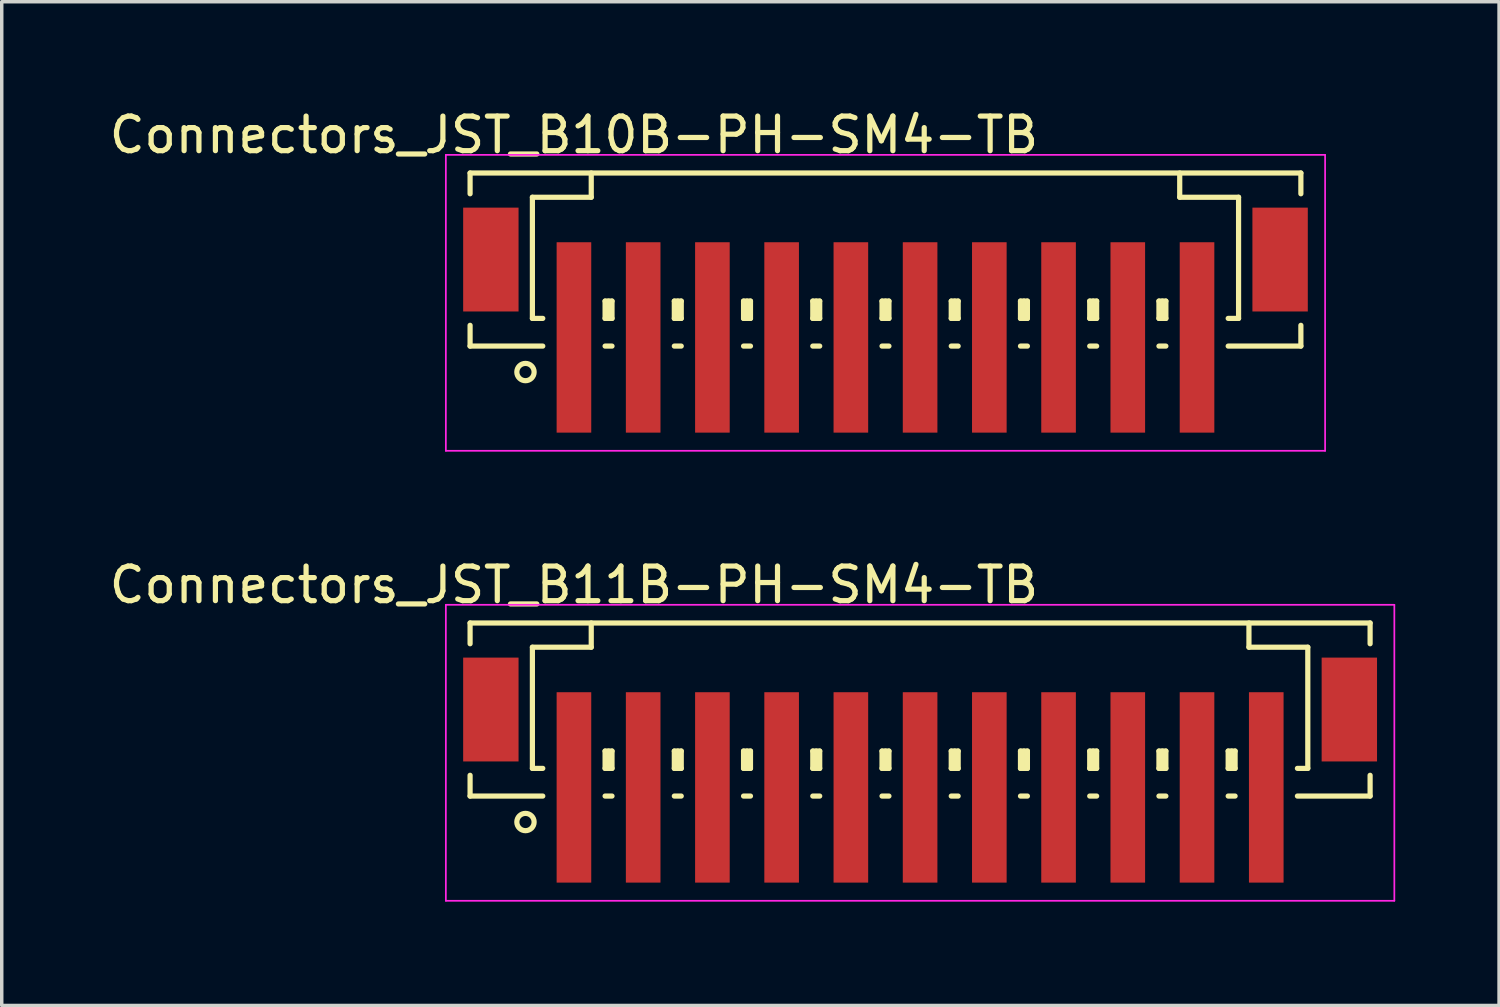
<source format=kicad_pcb>
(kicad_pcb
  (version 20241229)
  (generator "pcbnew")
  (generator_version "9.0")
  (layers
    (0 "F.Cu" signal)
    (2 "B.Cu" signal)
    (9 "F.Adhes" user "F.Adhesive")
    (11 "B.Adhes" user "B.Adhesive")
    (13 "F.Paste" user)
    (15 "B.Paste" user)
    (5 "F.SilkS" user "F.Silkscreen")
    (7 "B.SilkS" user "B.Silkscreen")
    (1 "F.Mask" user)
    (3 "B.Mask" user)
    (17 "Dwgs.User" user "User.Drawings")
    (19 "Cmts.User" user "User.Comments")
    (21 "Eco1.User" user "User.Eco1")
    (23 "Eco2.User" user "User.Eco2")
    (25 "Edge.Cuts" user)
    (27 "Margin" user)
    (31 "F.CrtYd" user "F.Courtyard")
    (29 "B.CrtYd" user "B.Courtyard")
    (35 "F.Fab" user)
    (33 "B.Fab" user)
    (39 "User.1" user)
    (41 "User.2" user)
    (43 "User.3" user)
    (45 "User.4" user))
  (footprint "Connectors_JST_B10B-PH-SM4-TB"
    (layer "F.Cu")
    (at 22.53 5.573)
    (property "Reference" "Connectors_JST_B10B-PH-SM4-TB" (at -9 -4.725 0) (layer "F.SilkS") (effects (font (size 1 1) (thickness 0.15))))
    (attr smd)
    (fp_line (start -12 -3.625) (end 12 -3.625) (stroke (width 0.15) (type solid)) (layer "F.SilkS"))
    (fp_line (start -12 -3.025) (end -12 -3.625) (stroke (width 0.15) (type solid)) (layer "F.SilkS"))
    (fp_line (start -12 0.775) (end -12 1.375) (stroke (width 0.15) (type solid)) (layer "F.SilkS"))
    (fp_line (start -12 1.375) (end -9.9 1.375) (stroke (width 0.15) (type solid)) (layer "F.SilkS"))
    (fp_line (start -10.2 -2.925) (end -10.2 0.575) (stroke (width 0.15) (type solid)) (layer "F.SilkS"))
    (fp_line (start -10.2 0.575) (end -9.9 0.575) (stroke (width 0.15) (type solid)) (layer "F.SilkS"))
    (fp_line (start -8.5 -3.625) (end -8.5 -2.925) (stroke (width 0.15) (type solid)) (layer "F.SilkS"))
    (fp_line (start -8.5 -2.925) (end -10.2 -2.925) (stroke (width 0.15) (type solid)) (layer "F.SilkS"))
    (fp_line (start -8.1 0.075) (end -7.9 0.075) (stroke (width 0.15) (type solid)) (layer "F.SilkS"))
    (fp_line (start -8.1 0.575) (end -8.1 0.075) (stroke (width 0.15) (type solid)) (layer "F.SilkS"))
    (fp_line (start -8.1 0.575) (end -7.9 0.575) (stroke (width 0.15) (type solid)) (layer "F.SilkS"))
    (fp_line (start -8.1 1.375) (end -7.9 1.375) (stroke (width 0.15) (type solid)) (layer "F.SilkS"))
    (fp_line (start -8 0.575) (end -8 0.075) (stroke (width 0.15) (type solid)) (layer "F.SilkS"))
    (fp_line (start -7.9 0.075) (end -7.9 0.575) (stroke (width 0.15) (type solid)) (layer "F.SilkS"))
    (fp_line (start -6.1 0.075) (end -5.9 0.075) (stroke (width 0.15) (type solid)) (layer "F.SilkS"))
    (fp_line (start -6.1 0.575) (end -6.1 0.075) (stroke (width 0.15) (type solid)) (layer "F.SilkS"))
    (fp_line (start -6.1 0.575) (end -5.9 0.575) (stroke (width 0.15) (type solid)) (layer "F.SilkS"))
    (fp_line (start -6.1 1.375) (end -5.9 1.375) (stroke (width 0.15) (type solid)) (layer "F.SilkS"))
    (fp_line (start -6 0.575) (end -6 0.075) (stroke (width 0.15) (type solid)) (layer "F.SilkS"))
    (fp_line (start -5.9 0.075) (end -5.9 0.575) (stroke (width 0.15) (type solid)) (layer "F.SilkS"))
    (fp_line (start -4.1 0.075) (end -3.9 0.075) (stroke (width 0.15) (type solid)) (layer "F.SilkS"))
    (fp_line (start -4.1 0.575) (end -4.1 0.075) (stroke (width 0.15) (type solid)) (layer "F.SilkS"))
    (fp_line (start -4.1 0.575) (end -3.9 0.575) (stroke (width 0.15) (type solid)) (layer "F.SilkS"))
    (fp_line (start -4.1 1.375) (end -3.9 1.375) (stroke (width 0.15) (type solid)) (layer "F.SilkS"))
    (fp_line (start -4 0.575) (end -4 0.075) (stroke (width 0.15) (type solid)) (layer "F.SilkS"))
    (fp_line (start -3.9 0.075) (end -3.9 0.575) (stroke (width 0.15) (type solid)) (layer "F.SilkS"))
    (fp_line (start -2.1 0.075) (end -1.9 0.075) (stroke (width 0.15) (type solid)) (layer "F.SilkS"))
    (fp_line (start -2.1 0.575) (end -2.1 0.075) (stroke (width 0.15) (type solid)) (layer "F.SilkS"))
    (fp_line (start -2.1 0.575) (end -1.9 0.575) (stroke (width 0.15) (type solid)) (layer "F.SilkS"))
    (fp_line (start -2.1 1.375) (end -1.9 1.375) (stroke (width 0.15) (type solid)) (layer "F.SilkS"))
    (fp_line (start -2 0.575) (end -2 0.075) (stroke (width 0.15) (type solid)) (layer "F.SilkS"))
    (fp_line (start -1.9 0.075) (end -1.9 0.575) (stroke (width 0.15) (type solid)) (layer "F.SilkS"))
    (fp_line (start -0.1 0.075) (end 0.1 0.075) (stroke (width 0.15) (type solid)) (layer "F.SilkS"))
    (fp_line (start -0.1 0.575) (end -0.1 0.075) (stroke (width 0.15) (type solid)) (layer "F.SilkS"))
    (fp_line (start -0.1 0.575) (end 0.1 0.575) (stroke (width 0.15) (type solid)) (layer "F.SilkS"))
    (fp_line (start -0.1 1.375) (end 0.1 1.375) (stroke (width 0.15) (type solid)) (layer "F.SilkS"))
    (fp_line (start 0 0.575) (end 0 0.075) (stroke (width 0.15) (type solid)) (layer "F.SilkS"))
    (fp_line (start 0.1 0.075) (end 0.1 0.575) (stroke (width 0.15) (type solid)) (layer "F.SilkS"))
    (fp_line (start 1.9 0.075) (end 2.1 0.075) (stroke (width 0.15) (type solid)) (layer "F.SilkS"))
    (fp_line (start 1.9 0.575) (end 1.9 0.075) (stroke (width 0.15) (type solid)) (layer "F.SilkS"))
    (fp_line (start 1.9 0.575) (end 2.1 0.575) (stroke (width 0.15) (type solid)) (layer "F.SilkS"))
    (fp_line (start 1.9 1.375) (end 2.1 1.375) (stroke (width 0.15) (type solid)) (layer "F.SilkS"))
    (fp_line (start 2 0.575) (end 2 0.075) (stroke (width 0.15) (type solid)) (layer "F.SilkS"))
    (fp_line (start 2.1 0.075) (end 2.1 0.575) (stroke (width 0.15) (type solid)) (layer "F.SilkS"))
    (fp_line (start 3.9 0.075) (end 4.1 0.075) (stroke (width 0.15) (type solid)) (layer "F.SilkS"))
    (fp_line (start 3.9 0.575) (end 3.9 0.075) (stroke (width 0.15) (type solid)) (layer "F.SilkS"))
    (fp_line (start 3.9 0.575) (end 4.1 0.575) (stroke (width 0.15) (type solid)) (layer "F.SilkS"))
    (fp_line (start 3.9 1.375) (end 4.1 1.375) (stroke (width 0.15) (type solid)) (layer "F.SilkS"))
    (fp_line (start 4 0.575) (end 4 0.075) (stroke (width 0.15) (type solid)) (layer "F.SilkS"))
    (fp_line (start 4.1 0.075) (end 4.1 0.575) (stroke (width 0.15) (type solid)) (layer "F.SilkS"))
    (fp_line (start 5.9 0.075) (end 6.1 0.075) (stroke (width 0.15) (type solid)) (layer "F.SilkS"))
    (fp_line (start 5.9 0.575) (end 5.9 0.075) (stroke (width 0.15) (type solid)) (layer "F.SilkS"))
    (fp_line (start 5.9 0.575) (end 6.1 0.575) (stroke (width 0.15) (type solid)) (layer "F.SilkS"))
    (fp_line (start 5.9 1.375) (end 6.1 1.375) (stroke (width 0.15) (type solid)) (layer "F.SilkS"))
    (fp_line (start 6 0.575) (end 6 0.075) (stroke (width 0.15) (type solid)) (layer "F.SilkS"))
    (fp_line (start 6.1 0.075) (end 6.1 0.575) (stroke (width 0.15) (type solid)) (layer "F.SilkS"))
    (fp_line (start 7.9 0.075) (end 8.1 0.075) (stroke (width 0.15) (type solid)) (layer "F.SilkS"))
    (fp_line (start 7.9 0.575) (end 7.9 0.075) (stroke (width 0.15) (type solid)) (layer "F.SilkS"))
    (fp_line (start 7.9 0.575) (end 8.1 0.575) (stroke (width 0.15) (type solid)) (layer "F.SilkS"))
    (fp_line (start 7.9 1.375) (end 8.1 1.375) (stroke (width 0.15) (type solid)) (layer "F.SilkS"))
    (fp_line (start 8 0.575) (end 8 0.075) (stroke (width 0.15) (type solid)) (layer "F.SilkS"))
    (fp_line (start 8.1 0.075) (end 8.1 0.575) (stroke (width 0.15) (type solid)) (layer "F.SilkS"))
    (fp_line (start 8.5 -3.625) (end 8.5 -2.925) (stroke (width 0.15) (type solid)) (layer "F.SilkS"))
    (fp_line (start 8.5 -2.925) (end 10.2 -2.925) (stroke (width 0.15) (type solid)) (layer "F.SilkS"))
    (fp_line (start 10.2 -2.925) (end 10.2 0.575) (stroke (width 0.15) (type solid)) (layer "F.SilkS"))
    (fp_line (start 10.2 0.575) (end 9.9 0.575) (stroke (width 0.15) (type solid)) (layer "F.SilkS"))
    (fp_line (start 12 -3.625) (end 12 -3.025) (stroke (width 0.15) (type solid)) (layer "F.SilkS"))
    (fp_line (start 12 0.775) (end 12 1.375) (stroke (width 0.15) (type solid)) (layer "F.SilkS"))
    (fp_line (start 12 1.375) (end 9.9 1.375) (stroke (width 0.15) (type solid)) (layer "F.SilkS"))
    (fp_circle (center -10.4 2.125) (end -10.15 2.125) (stroke (width 0.15) (type solid)) (fill no) (layer "F.SilkS"))
    (fp_line (start -12.7 -4.15) (end 12.7 -4.15) (stroke (width 0.05) (type solid)) (layer "F.CrtYd"))
    (fp_line (start -12.7 4.4) (end -12.7 -4.15) (stroke (width 0.05) (type solid)) (layer "F.CrtYd"))
    (fp_line (start 12.7 -4.15) (end 12.7 4.4) (stroke (width 0.05) (type solid)) (layer "F.CrtYd"))
    (fp_line (start 12.7 4.4) (end -12.7 4.4) (stroke (width 0.05) (type solid)) (layer "F.CrtYd"))
    (pad "" smd rect (at -11.4 -1.125) (size 1.6 3) (layers "F.Cu" "F.Mask" "F.Paste"))
    (pad "" smd rect (at 11.4 -1.125) (size 1.6 3) (layers "F.Cu" "F.Mask" "F.Paste"))
    (pad "1" smd rect (at -9 1.125) (size 1 5.5) (layers "F.Cu" "F.Mask" "F.Paste"))
    (pad "2" smd rect (at -7 1.125) (size 1 5.5) (layers "F.Cu" "F.Mask" "F.Paste"))
    (pad "3" smd rect (at -5 1.125) (size 1 5.5) (layers "F.Cu" "F.Mask" "F.Paste"))
    (pad "4" smd rect (at -3 1.125) (size 1 5.5) (layers "F.Cu" "F.Mask" "F.Paste"))
    (pad "5" smd rect (at -1 1.125) (size 1 5.5) (layers "F.Cu" "F.Mask" "F.Paste"))
    (pad "6" smd rect (at 1 1.125) (size 1 5.5) (layers "F.Cu" "F.Mask" "F.Paste"))
    (pad "7" smd rect (at 3 1.125) (size 1 5.5) (layers "F.Cu" "F.Mask" "F.Paste"))
    (pad "8" smd rect (at 5 1.125) (size 1 5.5) (layers "F.Cu" "F.Mask" "F.Paste"))
    (pad "9" smd rect (at 7 1.125) (size 1 5.5) (layers "F.Cu" "F.Mask" "F.Paste"))
    (pad "10" smd rect (at 9 1.125) (size 1 5.5) (layers "F.Cu" "F.Mask" "F.Paste")))
  (footprint "Connectors_JST_B11B-PH-SM4-TB"
    (layer "F.Cu")
    (at 23.53 18.572)
    (property "Reference" "Connectors_JST_B11B-PH-SM4-TB" (at -10 -4.725 0) (layer "F.SilkS") (effects (font (size 1 1) (thickness 0.15))))
    (attr smd)
    (fp_line (start -13 -3.625) (end 13 -3.625) (stroke (width 0.15) (type solid)) (layer "F.SilkS"))
    (fp_line (start -13 -3.025) (end -13 -3.625) (stroke (width 0.15) (type solid)) (layer "F.SilkS"))
    (fp_line (start -13 0.775) (end -13 1.375) (stroke (width 0.15) (type solid)) (layer "F.SilkS"))
    (fp_line (start -13 1.375) (end -10.9 1.375) (stroke (width 0.15) (type solid)) (layer "F.SilkS"))
    (fp_line (start -11.2 -2.925) (end -11.2 0.575) (stroke (width 0.15) (type solid)) (layer "F.SilkS"))
    (fp_line (start -11.2 0.575) (end -10.9 0.575) (stroke (width 0.15) (type solid)) (layer "F.SilkS"))
    (fp_line (start -9.5 -3.625) (end -9.5 -2.925) (stroke (width 0.15) (type solid)) (layer "F.SilkS"))
    (fp_line (start -9.5 -2.925) (end -11.2 -2.925) (stroke (width 0.15) (type solid)) (layer "F.SilkS"))
    (fp_line (start -9.1 0.075) (end -8.9 0.075) (stroke (width 0.15) (type solid)) (layer "F.SilkS"))
    (fp_line (start -9.1 0.575) (end -9.1 0.075) (stroke (width 0.15) (type solid)) (layer "F.SilkS"))
    (fp_line (start -9.1 0.575) (end -8.9 0.575) (stroke (width 0.15) (type solid)) (layer "F.SilkS"))
    (fp_line (start -9.1 1.375) (end -8.9 1.375) (stroke (width 0.15) (type solid)) (layer "F.SilkS"))
    (fp_line (start -9 0.575) (end -9 0.075) (stroke (width 0.15) (type solid)) (layer "F.SilkS"))
    (fp_line (start -8.9 0.075) (end -8.9 0.575) (stroke (width 0.15) (type solid)) (layer "F.SilkS"))
    (fp_line (start -7.1 0.075) (end -6.9 0.075) (stroke (width 0.15) (type solid)) (layer "F.SilkS"))
    (fp_line (start -7.1 0.575) (end -7.1 0.075) (stroke (width 0.15) (type solid)) (layer "F.SilkS"))
    (fp_line (start -7.1 0.575) (end -6.9 0.575) (stroke (width 0.15) (type solid)) (layer "F.SilkS"))
    (fp_line (start -7.1 1.375) (end -6.9 1.375) (stroke (width 0.15) (type solid)) (layer "F.SilkS"))
    (fp_line (start -7 0.575) (end -7 0.075) (stroke (width 0.15) (type solid)) (layer "F.SilkS"))
    (fp_line (start -6.9 0.075) (end -6.9 0.575) (stroke (width 0.15) (type solid)) (layer "F.SilkS"))
    (fp_line (start -5.1 0.075) (end -4.9 0.075) (stroke (width 0.15) (type solid)) (layer "F.SilkS"))
    (fp_line (start -5.1 0.575) (end -5.1 0.075) (stroke (width 0.15) (type solid)) (layer "F.SilkS"))
    (fp_line (start -5.1 0.575) (end -4.9 0.575) (stroke (width 0.15) (type solid)) (layer "F.SilkS"))
    (fp_line (start -5.1 1.375) (end -4.9 1.375) (stroke (width 0.15) (type solid)) (layer "F.SilkS"))
    (fp_line (start -5 0.575) (end -5 0.075) (stroke (width 0.15) (type solid)) (layer "F.SilkS"))
    (fp_line (start -4.9 0.075) (end -4.9 0.575) (stroke (width 0.15) (type solid)) (layer "F.SilkS"))
    (fp_line (start -3.1 0.075) (end -2.9 0.075) (stroke (width 0.15) (type solid)) (layer "F.SilkS"))
    (fp_line (start -3.1 0.575) (end -3.1 0.075) (stroke (width 0.15) (type solid)) (layer "F.SilkS"))
    (fp_line (start -3.1 0.575) (end -2.9 0.575) (stroke (width 0.15) (type solid)) (layer "F.SilkS"))
    (fp_line (start -3.1 1.375) (end -2.9 1.375) (stroke (width 0.15) (type solid)) (layer "F.SilkS"))
    (fp_line (start -3 0.575) (end -3 0.075) (stroke (width 0.15) (type solid)) (layer "F.SilkS"))
    (fp_line (start -2.9 0.075) (end -2.9 0.575) (stroke (width 0.15) (type solid)) (layer "F.SilkS"))
    (fp_line (start -1.1 0.075) (end -0.9 0.075) (stroke (width 0.15) (type solid)) (layer "F.SilkS"))
    (fp_line (start -1.1 0.575) (end -1.1 0.075) (stroke (width 0.15) (type solid)) (layer "F.SilkS"))
    (fp_line (start -1.1 0.575) (end -0.9 0.575) (stroke (width 0.15) (type solid)) (layer "F.SilkS"))
    (fp_line (start -1.1 1.375) (end -0.9 1.375) (stroke (width 0.15) (type solid)) (layer "F.SilkS"))
    (fp_line (start -1 0.575) (end -1 0.075) (stroke (width 0.15) (type solid)) (layer "F.SilkS"))
    (fp_line (start -0.9 0.075) (end -0.9 0.575) (stroke (width 0.15) (type solid)) (layer "F.SilkS"))
    (fp_line (start 0.9 0.075) (end 1.1 0.075) (stroke (width 0.15) (type solid)) (layer "F.SilkS"))
    (fp_line (start 0.9 0.575) (end 0.9 0.075) (stroke (width 0.15) (type solid)) (layer "F.SilkS"))
    (fp_line (start 0.9 0.575) (end 1.1 0.575) (stroke (width 0.15) (type solid)) (layer "F.SilkS"))
    (fp_line (start 0.9 1.375) (end 1.1 1.375) (stroke (width 0.15) (type solid)) (layer "F.SilkS"))
    (fp_line (start 1 0.575) (end 1 0.075) (stroke (width 0.15) (type solid)) (layer "F.SilkS"))
    (fp_line (start 1.1 0.075) (end 1.1 0.575) (stroke (width 0.15) (type solid)) (layer "F.SilkS"))
    (fp_line (start 2.9 0.075) (end 3.1 0.075) (stroke (width 0.15) (type solid)) (layer "F.SilkS"))
    (fp_line (start 2.9 0.575) (end 2.9 0.075) (stroke (width 0.15) (type solid)) (layer "F.SilkS"))
    (fp_line (start 2.9 0.575) (end 3.1 0.575) (stroke (width 0.15) (type solid)) (layer "F.SilkS"))
    (fp_line (start 2.9 1.375) (end 3.1 1.375) (stroke (width 0.15) (type solid)) (layer "F.SilkS"))
    (fp_line (start 3 0.575) (end 3 0.075) (stroke (width 0.15) (type solid)) (layer "F.SilkS"))
    (fp_line (start 3.1 0.075) (end 3.1 0.575) (stroke (width 0.15) (type solid)) (layer "F.SilkS"))
    (fp_line (start 4.9 0.075) (end 5.1 0.075) (stroke (width 0.15) (type solid)) (layer "F.SilkS"))
    (fp_line (start 4.9 0.575) (end 4.9 0.075) (stroke (width 0.15) (type solid)) (layer "F.SilkS"))
    (fp_line (start 4.9 0.575) (end 5.1 0.575) (stroke (width 0.15) (type solid)) (layer "F.SilkS"))
    (fp_line (start 4.9 1.375) (end 5.1 1.375) (stroke (width 0.15) (type solid)) (layer "F.SilkS"))
    (fp_line (start 5 0.575) (end 5 0.075) (stroke (width 0.15) (type solid)) (layer "F.SilkS"))
    (fp_line (start 5.1 0.075) (end 5.1 0.575) (stroke (width 0.15) (type solid)) (layer "F.SilkS"))
    (fp_line (start 6.9 0.075) (end 7.1 0.075) (stroke (width 0.15) (type solid)) (layer "F.SilkS"))
    (fp_line (start 6.9 0.575) (end 6.9 0.075) (stroke (width 0.15) (type solid)) (layer "F.SilkS"))
    (fp_line (start 6.9 0.575) (end 7.1 0.575) (stroke (width 0.15) (type solid)) (layer "F.SilkS"))
    (fp_line (start 6.9 1.375) (end 7.1 1.375) (stroke (width 0.15) (type solid)) (layer "F.SilkS"))
    (fp_line (start 7 0.575) (end 7 0.075) (stroke (width 0.15) (type solid)) (layer "F.SilkS"))
    (fp_line (start 7.1 0.075) (end 7.1 0.575) (stroke (width 0.15) (type solid)) (layer "F.SilkS"))
    (fp_line (start 8.9 0.075) (end 9.1 0.075) (stroke (width 0.15) (type solid)) (layer "F.SilkS"))
    (fp_line (start 8.9 0.575) (end 8.9 0.075) (stroke (width 0.15) (type solid)) (layer "F.SilkS"))
    (fp_line (start 8.9 0.575) (end 9.1 0.575) (stroke (width 0.15) (type solid)) (layer "F.SilkS"))
    (fp_line (start 8.9 1.375) (end 9.1 1.375) (stroke (width 0.15) (type solid)) (layer "F.SilkS"))
    (fp_line (start 9 0.575) (end 9 0.075) (stroke (width 0.15) (type solid)) (layer "F.SilkS"))
    (fp_line (start 9.1 0.075) (end 9.1 0.575) (stroke (width 0.15) (type solid)) (layer "F.SilkS"))
    (fp_line (start 9.5 -3.625) (end 9.5 -2.925) (stroke (width 0.15) (type solid)) (layer "F.SilkS"))
    (fp_line (start 9.5 -2.925) (end 11.2 -2.925) (stroke (width 0.15) (type solid)) (layer "F.SilkS"))
    (fp_line (start 11.2 -2.925) (end 11.2 0.575) (stroke (width 0.15) (type solid)) (layer "F.SilkS"))
    (fp_line (start 11.2 0.575) (end 10.9 0.575) (stroke (width 0.15) (type solid)) (layer "F.SilkS"))
    (fp_line (start 13 -3.625) (end 13 -3.025) (stroke (width 0.15) (type solid)) (layer "F.SilkS"))
    (fp_line (start 13 0.775) (end 13 1.375) (stroke (width 0.15) (type solid)) (layer "F.SilkS"))
    (fp_line (start 13 1.375) (end 10.9 1.375) (stroke (width 0.15) (type solid)) (layer "F.SilkS"))
    (fp_circle (center -11.4 2.125) (end -11.15 2.125) (stroke (width 0.15) (type solid)) (fill no) (layer "F.SilkS"))
    (fp_line (start -13.7 -4.15) (end 13.7 -4.15) (stroke (width 0.05) (type solid)) (layer "F.CrtYd"))
    (fp_line (start -13.7 4.4) (end -13.7 -4.15) (stroke (width 0.05) (type solid)) (layer "F.CrtYd"))
    (fp_line (start 13.7 -4.15) (end 13.7 4.4) (stroke (width 0.05) (type solid)) (layer "F.CrtYd"))
    (fp_line (start 13.7 4.4) (end -13.7 4.4) (stroke (width 0.05) (type solid)) (layer "F.CrtYd"))
    (pad "" smd rect (at -12.4 -1.125) (size 1.6 3) (layers "F.Cu" "F.Mask" "F.Paste"))
    (pad "" smd rect (at 12.4 -1.125) (size 1.6 3) (layers "F.Cu" "F.Mask" "F.Paste"))
    (pad "1" smd rect (at -10 1.125) (size 1 5.5) (layers "F.Cu" "F.Mask" "F.Paste"))
    (pad "2" smd rect (at -8 1.125) (size 1 5.5) (layers "F.Cu" "F.Mask" "F.Paste"))
    (pad "3" smd rect (at -6 1.125) (size 1 5.5) (layers "F.Cu" "F.Mask" "F.Paste"))
    (pad "4" smd rect (at -4 1.125) (size 1 5.5) (layers "F.Cu" "F.Mask" "F.Paste"))
    (pad "5" smd rect (at -2 1.125) (size 1 5.5) (layers "F.Cu" "F.Mask" "F.Paste"))
    (pad "6" smd rect (at 0 1.125) (size 1 5.5) (layers "F.Cu" "F.Mask" "F.Paste"))
    (pad "7" smd rect (at 2 1.125) (size 1 5.5) (layers "F.Cu" "F.Mask" "F.Paste"))
    (pad "8" smd rect (at 4 1.125) (size 1 5.5) (layers "F.Cu" "F.Mask" "F.Paste"))
    (pad "9" smd rect (at 6 1.125) (size 1 5.5) (layers "F.Cu" "F.Mask" "F.Paste"))
    (pad "10" smd rect (at 8 1.125) (size 1 5.5) (layers "F.Cu" "F.Mask" "F.Paste"))
    (pad "11" smd rect (at 10 1.125) (size 1 5.5) (layers "F.Cu" "F.Mask" "F.Paste")))
  (gr_rect
    (start -3 -3)
    (end 40.255 25.997)
    (stroke (width 0.1) (type default))
    (fill no)
    (layer "Edge.Cuts")))
</source>
